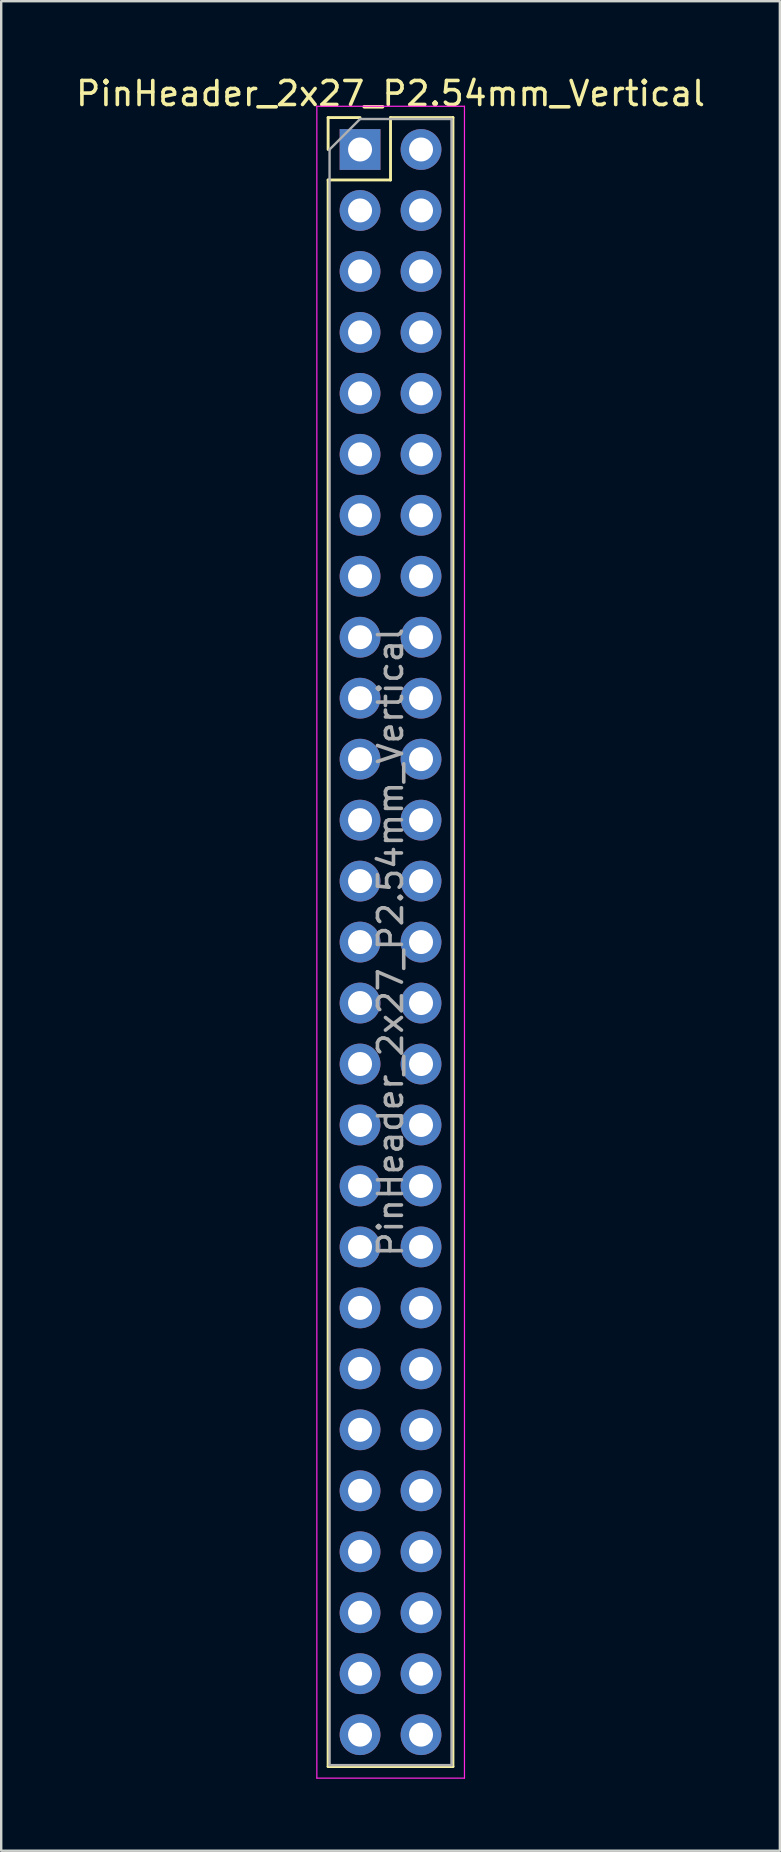
<source format=kicad_pcb>
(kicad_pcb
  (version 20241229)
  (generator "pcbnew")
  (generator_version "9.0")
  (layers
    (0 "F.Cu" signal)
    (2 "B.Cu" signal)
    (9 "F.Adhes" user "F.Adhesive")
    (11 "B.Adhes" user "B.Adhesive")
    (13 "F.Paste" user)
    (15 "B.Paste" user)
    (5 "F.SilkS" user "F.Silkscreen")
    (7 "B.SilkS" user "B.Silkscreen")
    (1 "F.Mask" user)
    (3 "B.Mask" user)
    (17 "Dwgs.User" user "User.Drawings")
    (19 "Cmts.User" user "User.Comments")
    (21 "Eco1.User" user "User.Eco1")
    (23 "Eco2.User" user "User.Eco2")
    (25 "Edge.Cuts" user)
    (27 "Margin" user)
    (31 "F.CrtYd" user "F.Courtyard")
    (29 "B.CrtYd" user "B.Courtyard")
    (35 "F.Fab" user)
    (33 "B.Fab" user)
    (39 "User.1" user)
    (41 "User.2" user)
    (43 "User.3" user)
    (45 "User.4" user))
  (footprint "PinHeader_2x27_P2.54mm_Vertical"
    (layer "F.Cu")
    (at 11.95 3.178)
    (property "Reference" "PinHeader_2x27_P2.54mm_Vertical" (at 1.27 -2.33 0) (layer "F.SilkS") (effects (font (size 1 1) (thickness 0.15))))
    (attr through_hole)
    (fp_line (start -1.33 -1.33) (end 0 -1.33) (stroke (width 0.12) (type solid)) (layer "F.SilkS"))
    (fp_line (start -1.33 0) (end -1.33 -1.33) (stroke (width 0.12) (type solid)) (layer "F.SilkS"))
    (fp_line (start -1.33 1.27) (end -1.33 67.37) (stroke (width 0.12) (type solid)) (layer "F.SilkS"))
    (fp_line (start -1.33 1.27) (end 1.27 1.27) (stroke (width 0.12) (type solid)) (layer "F.SilkS"))
    (fp_line (start -1.33 67.37) (end 3.87 67.37) (stroke (width 0.12) (type solid)) (layer "F.SilkS"))
    (fp_line (start 1.27 -1.33) (end 3.87 -1.33) (stroke (width 0.12) (type solid)) (layer "F.SilkS"))
    (fp_line (start 1.27 1.27) (end 1.27 -1.33) (stroke (width 0.12) (type solid)) (layer "F.SilkS"))
    (fp_line (start 3.87 -1.33) (end 3.87 67.37) (stroke (width 0.12) (type solid)) (layer "F.SilkS"))
    (fp_line (start -1.8 -1.8) (end -1.8 67.85) (stroke (width 0.05) (type solid)) (layer "F.CrtYd"))
    (fp_line (start -1.8 67.85) (end 4.35 67.85) (stroke (width 0.05) (type solid)) (layer "F.CrtYd"))
    (fp_line (start 4.35 -1.8) (end -1.8 -1.8) (stroke (width 0.05) (type solid)) (layer "F.CrtYd"))
    (fp_line (start 4.35 67.85) (end 4.35 -1.8) (stroke (width 0.05) (type solid)) (layer "F.CrtYd"))
    (fp_line (start -1.27 0) (end 0 -1.27) (stroke (width 0.1) (type solid)) (layer "F.Fab"))
    (fp_line (start -1.27 67.31) (end -1.27 0) (stroke (width 0.1) (type solid)) (layer "F.Fab"))
    (fp_line (start 0 -1.27) (end 3.81 -1.27) (stroke (width 0.1) (type solid)) (layer "F.Fab"))
    (fp_line (start 3.81 -1.27) (end 3.81 67.31) (stroke (width 0.1) (type solid)) (layer "F.Fab"))
    (fp_line (start 3.81 67.31) (end -1.27 67.31) (stroke (width 0.1) (type solid)) (layer "F.Fab"))
    (fp_text user "${REFERENCE}" (at 1.27 33.02 90) (layer "F.Fab") (effects (font (size 1 1) (thickness 0.15))))
    (pad "1" thru_hole rect (at 0 0) (size 1.7 1.7) (drill 1) (layers "*.Cu" "*.Mask"))
    (pad "2" thru_hole oval (at 2.54 0) (size 1.7 1.7) (drill 1) (layers "*.Cu" "*.Mask"))
    (pad "3" thru_hole oval (at 0 2.54) (size 1.7 1.7) (drill 1) (layers "*.Cu" "*.Mask"))
    (pad "4" thru_hole oval (at 2.54 2.54) (size 1.7 1.7) (drill 1) (layers "*.Cu" "*.Mask"))
    (pad "5" thru_hole oval (at 0 5.08) (size 1.7 1.7) (drill 1) (layers "*.Cu" "*.Mask"))
    (pad "6" thru_hole oval (at 2.54 5.08) (size 1.7 1.7) (drill 1) (layers "*.Cu" "*.Mask"))
    (pad "7" thru_hole oval (at 0 7.62) (size 1.7 1.7) (drill 1) (layers "*.Cu" "*.Mask"))
    (pad "8" thru_hole oval (at 2.54 7.62) (size 1.7 1.7) (drill 1) (layers "*.Cu" "*.Mask"))
    (pad "9" thru_hole oval (at 0 10.16) (size 1.7 1.7) (drill 1) (layers "*.Cu" "*.Mask"))
    (pad "10" thru_hole oval (at 2.54 10.16) (size 1.7 1.7) (drill 1) (layers "*.Cu" "*.Mask"))
    (pad "11" thru_hole oval (at 0 12.7) (size 1.7 1.7) (drill 1) (layers "*.Cu" "*.Mask"))
    (pad "12" thru_hole oval (at 2.54 12.7) (size 1.7 1.7) (drill 1) (layers "*.Cu" "*.Mask"))
    (pad "13" thru_hole oval (at 0 15.24) (size 1.7 1.7) (drill 1) (layers "*.Cu" "*.Mask"))
    (pad "14" thru_hole oval (at 2.54 15.24) (size 1.7 1.7) (drill 1) (layers "*.Cu" "*.Mask"))
    (pad "15" thru_hole oval (at 0 17.78) (size 1.7 1.7) (drill 1) (layers "*.Cu" "*.Mask"))
    (pad "16" thru_hole oval (at 2.54 17.78) (size 1.7 1.7) (drill 1) (layers "*.Cu" "*.Mask"))
    (pad "17" thru_hole oval (at 0 20.32) (size 1.7 1.7) (drill 1) (layers "*.Cu" "*.Mask"))
    (pad "18" thru_hole oval (at 2.54 20.32) (size 1.7 1.7) (drill 1) (layers "*.Cu" "*.Mask"))
    (pad "19" thru_hole oval (at 0 22.86) (size 1.7 1.7) (drill 1) (layers "*.Cu" "*.Mask"))
    (pad "20" thru_hole oval (at 2.54 22.86) (size 1.7 1.7) (drill 1) (layers "*.Cu" "*.Mask"))
    (pad "21" thru_hole oval (at 0 25.4) (size 1.7 1.7) (drill 1) (layers "*.Cu" "*.Mask"))
    (pad "22" thru_hole oval (at 2.54 25.4) (size 1.7 1.7) (drill 1) (layers "*.Cu" "*.Mask"))
    (pad "23" thru_hole oval (at 0 27.94) (size 1.7 1.7) (drill 1) (layers "*.Cu" "*.Mask"))
    (pad "24" thru_hole oval (at 2.54 27.94) (size 1.7 1.7) (drill 1) (layers "*.Cu" "*.Mask"))
    (pad "25" thru_hole oval (at 0 30.48) (size 1.7 1.7) (drill 1) (layers "*.Cu" "*.Mask"))
    (pad "26" thru_hole oval (at 2.54 30.48) (size 1.7 1.7) (drill 1) (layers "*.Cu" "*.Mask"))
    (pad "27" thru_hole oval (at 0 33.02) (size 1.7 1.7) (drill 1) (layers "*.Cu" "*.Mask"))
    (pad "28" thru_hole oval (at 2.54 33.02) (size 1.7 1.7) (drill 1) (layers "*.Cu" "*.Mask"))
    (pad "29" thru_hole oval (at 0 35.56) (size 1.7 1.7) (drill 1) (layers "*.Cu" "*.Mask"))
    (pad "30" thru_hole oval (at 2.54 35.56) (size 1.7 1.7) (drill 1) (layers "*.Cu" "*.Mask"))
    (pad "31" thru_hole oval (at 0 38.1) (size 1.7 1.7) (drill 1) (layers "*.Cu" "*.Mask"))
    (pad "32" thru_hole oval (at 2.54 38.1) (size 1.7 1.7) (drill 1) (layers "*.Cu" "*.Mask"))
    (pad "33" thru_hole oval (at 0 40.64) (size 1.7 1.7) (drill 1) (layers "*.Cu" "*.Mask"))
    (pad "34" thru_hole oval (at 2.54 40.64) (size 1.7 1.7) (drill 1) (layers "*.Cu" "*.Mask"))
    (pad "35" thru_hole oval (at 0 43.18) (size 1.7 1.7) (drill 1) (layers "*.Cu" "*.Mask"))
    (pad "36" thru_hole oval (at 2.54 43.18) (size 1.7 1.7) (drill 1) (layers "*.Cu" "*.Mask"))
    (pad "37" thru_hole oval (at 0 45.72) (size 1.7 1.7) (drill 1) (layers "*.Cu" "*.Mask"))
    (pad "38" thru_hole oval (at 2.54 45.72) (size 1.7 1.7) (drill 1) (layers "*.Cu" "*.Mask"))
    (pad "39" thru_hole oval (at 0 48.26) (size 1.7 1.7) (drill 1) (layers "*.Cu" "*.Mask"))
    (pad "40" thru_hole oval (at 2.54 48.26) (size 1.7 1.7) (drill 1) (layers "*.Cu" "*.Mask"))
    (pad "41" thru_hole oval (at 0 50.8) (size 1.7 1.7) (drill 1) (layers "*.Cu" "*.Mask"))
    (pad "42" thru_hole oval (at 2.54 50.8) (size 1.7 1.7) (drill 1) (layers "*.Cu" "*.Mask"))
    (pad "43" thru_hole oval (at 0 53.34) (size 1.7 1.7) (drill 1) (layers "*.Cu" "*.Mask"))
    (pad "44" thru_hole oval (at 2.54 53.34) (size 1.7 1.7) (drill 1) (layers "*.Cu" "*.Mask"))
    (pad "45" thru_hole oval (at 0 55.88) (size 1.7 1.7) (drill 1) (layers "*.Cu" "*.Mask"))
    (pad "46" thru_hole oval (at 2.54 55.88) (size 1.7 1.7) (drill 1) (layers "*.Cu" "*.Mask"))
    (pad "47" thru_hole oval (at 0 58.42) (size 1.7 1.7) (drill 1) (layers "*.Cu" "*.Mask"))
    (pad "48" thru_hole oval (at 2.54 58.42) (size 1.7 1.7) (drill 1) (layers "*.Cu" "*.Mask"))
    (pad "49" thru_hole oval (at 0 60.96) (size 1.7 1.7) (drill 1) (layers "*.Cu" "*.Mask"))
    (pad "50" thru_hole oval (at 2.54 60.96) (size 1.7 1.7) (drill 1) (layers "*.Cu" "*.Mask"))
    (pad "51" thru_hole oval (at 0 63.5) (size 1.7 1.7) (drill 1) (layers "*.Cu" "*.Mask"))
    (pad "52" thru_hole oval (at 2.54 63.5) (size 1.7 1.7) (drill 1) (layers "*.Cu" "*.Mask"))
    (pad "53" thru_hole oval (at 0 66.04) (size 1.7 1.7) (drill 1) (layers "*.Cu" "*.Mask"))
    (pad "54" thru_hole oval (at 2.54 66.04) (size 1.7 1.7) (drill 1) (layers "*.Cu" "*.Mask")))
  (gr_rect
    (start -3 -3)
    (end 29.44 74.053)
    (stroke (width 0.1) (type default))
    (fill no)
    (layer "Edge.Cuts")))
</source>
